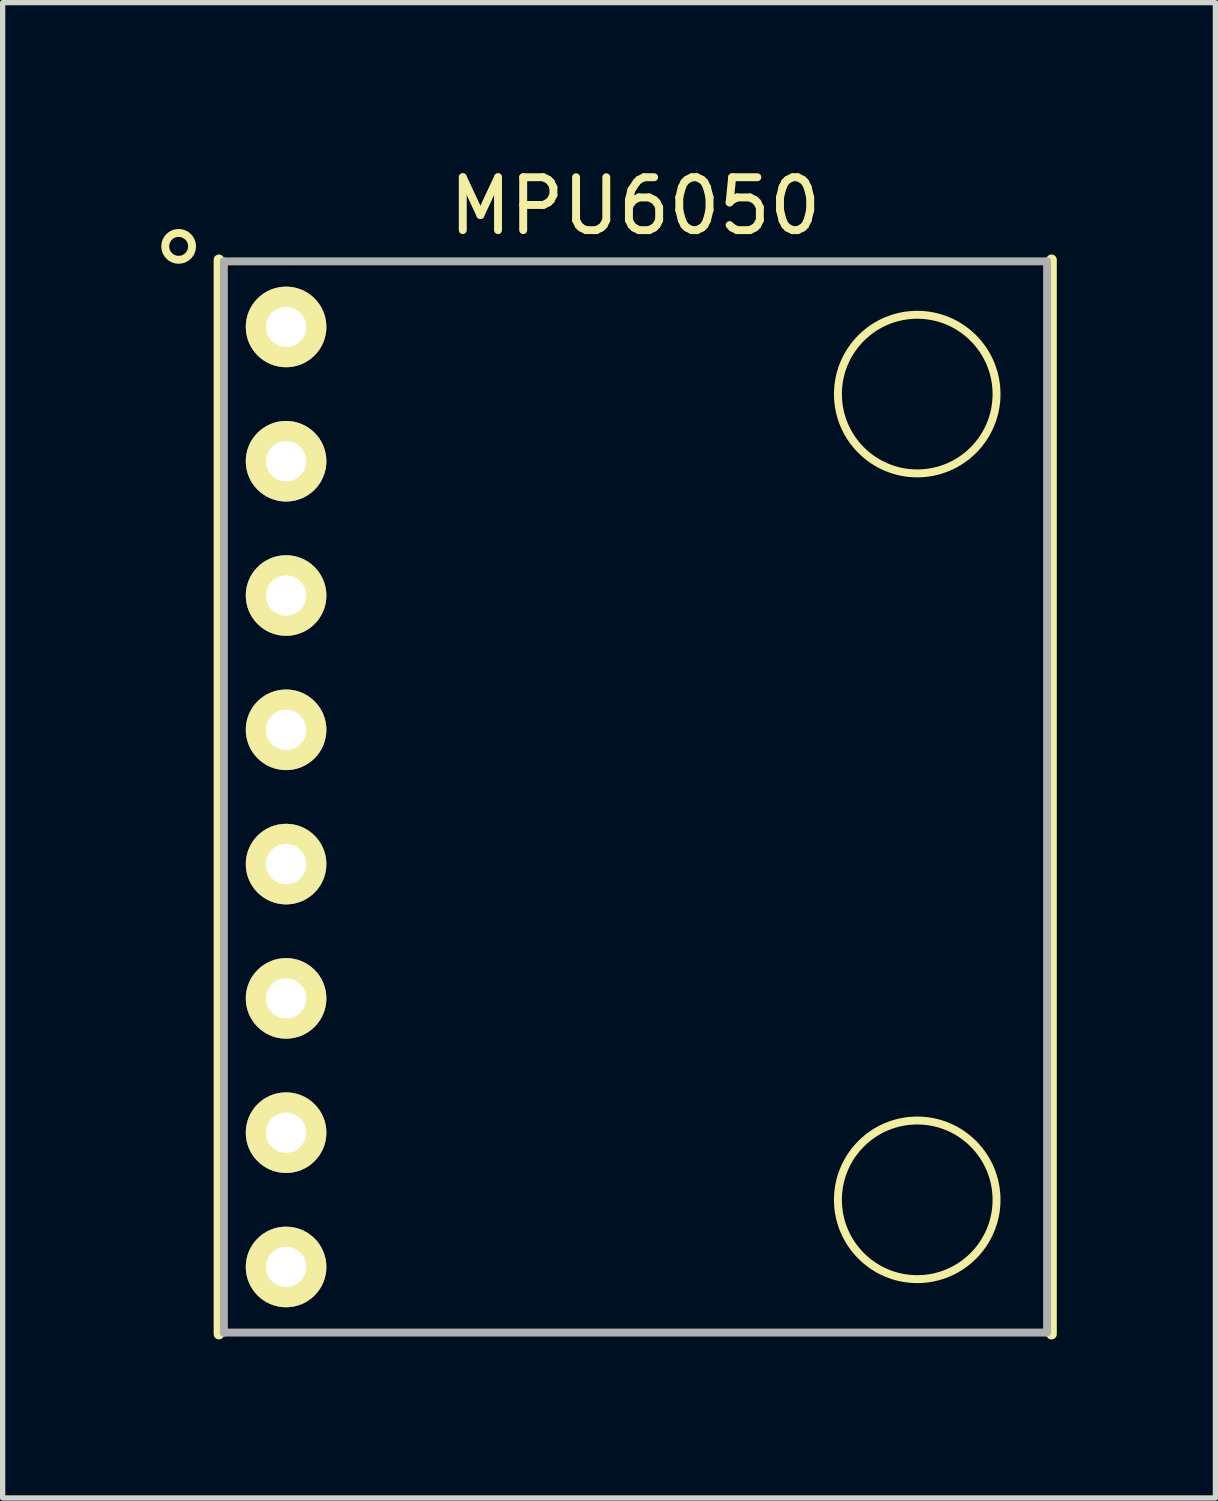
<source format=kicad_pcb>
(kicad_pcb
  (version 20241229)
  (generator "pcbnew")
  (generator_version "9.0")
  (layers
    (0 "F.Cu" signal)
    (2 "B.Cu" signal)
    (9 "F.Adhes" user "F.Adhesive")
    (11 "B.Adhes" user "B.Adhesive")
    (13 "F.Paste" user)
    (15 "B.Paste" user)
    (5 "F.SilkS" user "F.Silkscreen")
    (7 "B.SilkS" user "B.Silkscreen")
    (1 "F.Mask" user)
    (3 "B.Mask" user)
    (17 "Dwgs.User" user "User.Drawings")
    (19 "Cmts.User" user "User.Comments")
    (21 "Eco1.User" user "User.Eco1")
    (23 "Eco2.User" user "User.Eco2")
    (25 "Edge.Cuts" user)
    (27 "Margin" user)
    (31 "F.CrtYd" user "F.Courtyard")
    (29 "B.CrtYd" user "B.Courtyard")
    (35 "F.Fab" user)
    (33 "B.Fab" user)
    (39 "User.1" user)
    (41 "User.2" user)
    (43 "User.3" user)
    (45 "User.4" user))
  (footprint "MPU6050"
    (layer "F.Cu")
    (at 8.965 12.024)
    (property "Reference" "MPU6050" (at 0 -11.176 0) (layer "F.SilkS") (effects (font (size 1 1) (thickness 0.15))))
    (attr through_hole)
    (fp_line (start -7.874 -10.16) (end -7.874 10.16) (stroke (width 0.2) (type solid)) (layer "F.SilkS"))
    (fp_line (start 7.874 -10.16) (end 7.874 10.16) (stroke (width 0.2) (type solid)) (layer "F.SilkS"))
    (fp_circle (center -8.636 -10.414) (end -8.636 -10.668) (stroke (width 0.15) (type solid)) (fill no) (layer "F.SilkS"))
    (fp_circle (center 5.334 -7.62) (end 6.834 -7.62) (stroke (width 0.15) (type solid)) (fill no) (layer "F.SilkS"))
    (fp_circle (center 5.334 7.62) (end 6.834 7.62) (stroke (width 0.15) (type solid)) (fill no) (layer "F.SilkS"))
    (fp_line (start -7.781 -10.131) (end -7.781 10.131) (stroke (width 0.15) (type solid)) (layer "F.Fab"))
    (fp_line (start -7.78 -10.131) (end 7.78 -10.131) (stroke (width 0.15) (type solid)) (layer "F.Fab"))
    (fp_line (start -7.78 10.131) (end 7.78 10.131) (stroke (width 0.15) (type solid)) (layer "F.Fab"))
    (fp_line (start 7.79 -10.131) (end 7.79 10.131) (stroke (width 0.15) (type solid)) (layer "F.Fab"))
    (pad "1" thru_hole circle (at -6.604 -8.89) (size 1.524 1.524) (drill 0.762) (layers "*.Cu" "*.Mask" "F.SilkS"))
    (pad "2" thru_hole circle (at -6.604 -6.35) (size 1.524 1.524) (drill 0.762) (layers "*.Cu" "*.Mask" "F.SilkS"))
    (pad "3" thru_hole circle (at -6.604 -3.81) (size 1.524 1.524) (drill 0.762) (layers "*.Cu" "*.Mask" "F.SilkS"))
    (pad "4" thru_hole circle (at -6.604 -1.27) (size 1.524 1.524) (drill 0.762) (layers "*.Cu" "*.Mask" "F.SilkS"))
    (pad "5" thru_hole circle (at -6.604 1.27) (size 1.524 1.524) (drill 0.762) (layers "*.Cu" "*.Mask" "F.SilkS"))
    (pad "6" thru_hole circle (at -6.604 3.81) (size 1.524 1.524) (drill 0.762) (layers "*.Cu" "*.Mask" "F.SilkS"))
    (pad "7" thru_hole circle (at -6.604 6.35) (size 1.524 1.524) (drill 0.762) (layers "*.Cu" "*.Mask" "F.SilkS"))
    (pad "8" thru_hole circle (at -6.604 8.89) (size 1.524 1.524) (drill 0.762) (layers "*.Cu" "*.Mask" "F.SilkS")))
  (gr_rect
    (start -3 -3)
    (end 19.939 25.284)
    (stroke (width 0.1) (type default))
    (fill no)
    (layer "Edge.Cuts")))
</source>
